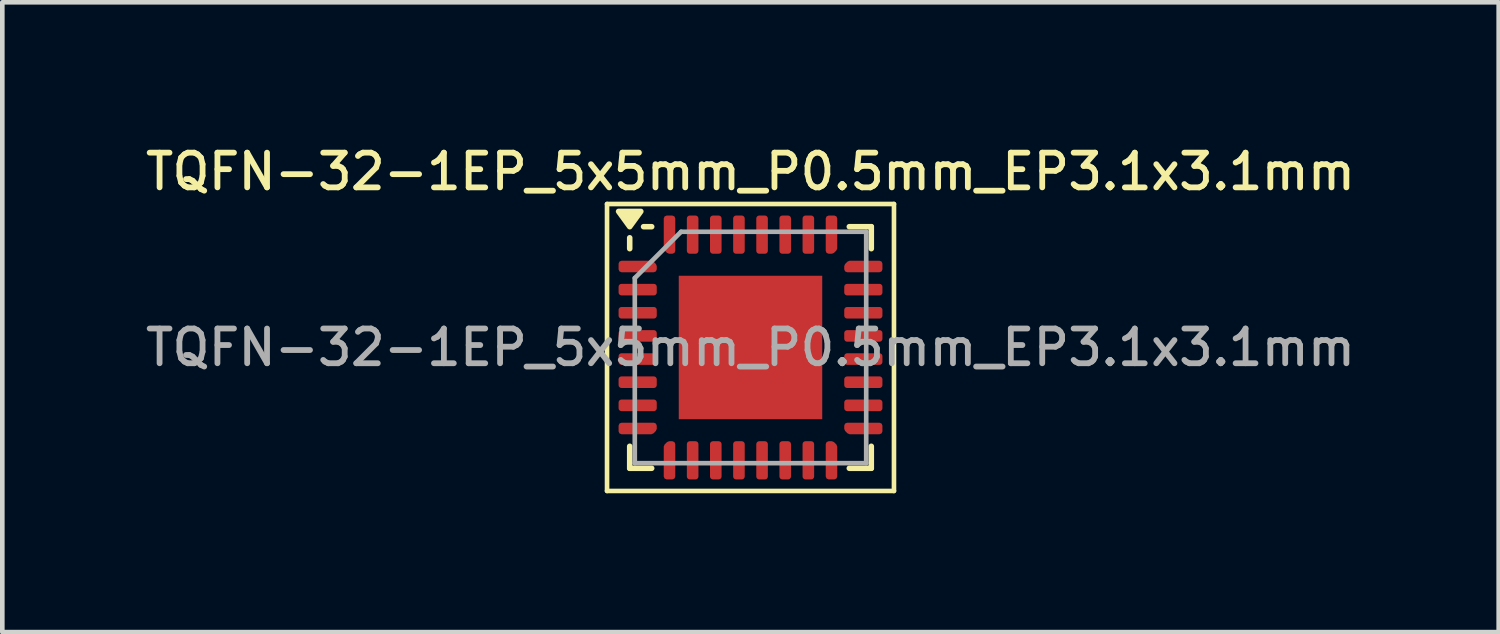
<source format=kicad_pcb>
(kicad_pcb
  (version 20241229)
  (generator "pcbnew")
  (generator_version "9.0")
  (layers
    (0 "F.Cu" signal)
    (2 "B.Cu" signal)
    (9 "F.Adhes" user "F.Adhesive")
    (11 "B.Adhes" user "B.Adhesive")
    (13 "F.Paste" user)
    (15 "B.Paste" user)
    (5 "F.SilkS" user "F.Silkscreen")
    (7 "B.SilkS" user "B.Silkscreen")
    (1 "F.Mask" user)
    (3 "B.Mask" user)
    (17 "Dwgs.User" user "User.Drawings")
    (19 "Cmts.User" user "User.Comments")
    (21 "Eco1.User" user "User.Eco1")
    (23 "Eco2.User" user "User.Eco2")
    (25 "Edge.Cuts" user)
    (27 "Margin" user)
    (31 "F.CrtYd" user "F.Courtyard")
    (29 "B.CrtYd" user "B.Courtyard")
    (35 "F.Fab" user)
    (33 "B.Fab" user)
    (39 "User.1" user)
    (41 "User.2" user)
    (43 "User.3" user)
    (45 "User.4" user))
  (footprint "TQFN-32-1EP_5x5mm_P0.5mm_EP3.1x3.1mm"
    (layer "F.Cu")
    (at 13.166 4.458)
    (property "Reference" "TQFN-32-1EP_5x5mm_P0.5mm_EP3.1x3.1mm" (at 0 -3.8 0) (layer "F.SilkS") (effects (font (size 0.75 0.75) (thickness 0.125))))
    (attr smd)
    (fp_line (start -3.1 -3.1) (end -3.1 3.1) (stroke (width 0.1) (type solid)) (layer "F.SilkS"))
    (fp_line (start -3.1 3.1) (end 3.1 3.1) (stroke (width 0.1) (type solid)) (layer "F.SilkS"))
    (fp_line (start -2.61 -2.135) (end -2.61 -2.37) (stroke (width 0.12) (type solid)) (layer "F.SilkS"))
    (fp_line (start -2.61 2.61) (end -2.61 2.135) (stroke (width 0.12) (type solid)) (layer "F.SilkS"))
    (fp_line (start -2.135 -2.61) (end -2.31 -2.61) (stroke (width 0.12) (type solid)) (layer "F.SilkS"))
    (fp_line (start -2.135 2.61) (end -2.61 2.61) (stroke (width 0.12) (type solid)) (layer "F.SilkS"))
    (fp_line (start 2.135 -2.61) (end 2.61 -2.61) (stroke (width 0.12) (type solid)) (layer "F.SilkS"))
    (fp_line (start 2.135 2.61) (end 2.61 2.61) (stroke (width 0.12) (type solid)) (layer "F.SilkS"))
    (fp_line (start 2.61 -2.61) (end 2.61 -2.135) (stroke (width 0.12) (type solid)) (layer "F.SilkS"))
    (fp_line (start 2.61 2.61) (end 2.61 2.135) (stroke (width 0.12) (type solid)) (layer "F.SilkS"))
    (fp_line (start 3.1 -3.1) (end -3.1 -3.1) (stroke (width 0.1) (type solid)) (layer "F.SilkS"))
    (fp_line (start 3.1 3.1) (end 3.1 -3.1) (stroke (width 0.1) (type solid)) (layer "F.SilkS"))
    (fp_poly (pts (xy -2.61 -2.61) (xy -2.85 -2.94) (xy -2.37 -2.94) (xy -2.61 -2.61)) (stroke (width 0.12) (type solid)) (fill yes) (layer "F.SilkS"))
    (fp_line (start -2.5 -1.5) (end -1.5 -2.5) (stroke (width 0.1) (type solid)) (layer "F.Fab"))
    (fp_line (start -2.5 2.5) (end -2.5 -1.5) (stroke (width 0.1) (type solid)) (layer "F.Fab"))
    (fp_line (start -1.5 -2.5) (end 2.5 -2.5) (stroke (width 0.1) (type solid)) (layer "F.Fab"))
    (fp_line (start 2.5 -2.5) (end 2.5 2.5) (stroke (width 0.1) (type solid)) (layer "F.Fab"))
    (fp_line (start 2.5 2.5) (end -2.5 2.5) (stroke (width 0.1) (type solid)) (layer "F.Fab"))
    (fp_text user "${REFERENCE}" (at 0 0 0) (layer "F.Fab") (effects (font (size 0.75 0.75) (thickness 0.125))))
    (pad "" smd roundrect (at -0.775 -0.775) (size 1.25 1.25) (layers "F.Paste") (roundrect_rratio 0.2))
    (pad "" smd roundrect (at -0.775 0.775) (size 1.25 1.25) (layers "F.Paste") (roundrect_rratio 0.2))
    (pad "" smd roundrect (at 0.775 -0.775) (size 1.25 1.25) (layers "F.Paste") (roundrect_rratio 0.2))
    (pad "" smd roundrect (at 0.775 0.775) (size 1.25 1.25) (layers "F.Paste") (roundrect_rratio 0.2))
    (pad "1" smd custom (at -2.438 -1.75) (size 0.186 0.186) (layers "F.Cu" "F.Mask" "F.Paste") (options (anchor circle)) (primitives (gr_poly (pts (xy -0.35 -0.062) (xy 0.297 -0.062) (xy 0.35 -0.009) (xy 0.35 0.062) (xy -0.35 0.062)) (width 0.125) (fill yes))))
    (pad "2" smd roundrect (at -2.438 -1.25) (size 0.825 0.25) (layers "F.Cu" "F.Mask" "F.Paste") (roundrect_rratio 0.25))
    (pad "3" smd roundrect (at -2.438 -0.75) (size 0.825 0.25) (layers "F.Cu" "F.Mask" "F.Paste") (roundrect_rratio 0.25))
    (pad "4" smd roundrect (at -2.438 -0.25) (size 0.825 0.25) (layers "F.Cu" "F.Mask" "F.Paste") (roundrect_rratio 0.25))
    (pad "5" smd roundrect (at -2.438 0.25) (size 0.825 0.25) (layers "F.Cu" "F.Mask" "F.Paste") (roundrect_rratio 0.25))
    (pad "6" smd roundrect (at -2.438 0.75) (size 0.825 0.25) (layers "F.Cu" "F.Mask" "F.Paste") (roundrect_rratio 0.25))
    (pad "7" smd roundrect (at -2.438 1.25) (size 0.825 0.25) (layers "F.Cu" "F.Mask" "F.Paste") (roundrect_rratio 0.25))
    (pad "8" smd custom (at -2.438 1.75) (size 0.186 0.186) (layers "F.Cu" "F.Mask" "F.Paste") (options (anchor circle)) (primitives (gr_poly (pts (xy -0.35 -0.062) (xy 0.35 -0.062) (xy 0.35 0.009) (xy 0.297 0.062) (xy -0.35 0.062)) (width 0.125) (fill yes))))
    (pad "9" smd custom (at -1.75 2.438) (size 0.186 0.186) (layers "F.Cu" "F.Mask" "F.Paste") (options (anchor circle)) (primitives (gr_poly (pts (xy -0.062 -0.297) (xy -0.009 -0.35) (xy 0.062 -0.35) (xy 0.062 0.35) (xy -0.062 0.35)) (width 0.125) (fill yes))))
    (pad "10" smd roundrect (at -1.25 2.438) (size 0.25 0.825) (layers "F.Cu" "F.Mask" "F.Paste") (roundrect_rratio 0.25))
    (pad "11" smd roundrect (at -0.75 2.438) (size 0.25 0.825) (layers "F.Cu" "F.Mask" "F.Paste") (roundrect_rratio 0.25))
    (pad "12" smd roundrect (at -0.25 2.438) (size 0.25 0.825) (layers "F.Cu" "F.Mask" "F.Paste") (roundrect_rratio 0.25))
    (pad "13" smd roundrect (at 0.25 2.438) (size 0.25 0.825) (layers "F.Cu" "F.Mask" "F.Paste") (roundrect_rratio 0.25))
    (pad "14" smd roundrect (at 0.75 2.438) (size 0.25 0.825) (layers "F.Cu" "F.Mask" "F.Paste") (roundrect_rratio 0.25))
    (pad "15" smd roundrect (at 1.25 2.438) (size 0.25 0.825) (layers "F.Cu" "F.Mask" "F.Paste") (roundrect_rratio 0.25))
    (pad "16" smd custom (at 1.75 2.438) (size 0.186 0.186) (layers "F.Cu" "F.Mask" "F.Paste") (options (anchor circle)) (primitives (gr_poly (pts (xy -0.062 -0.35) (xy 0.009 -0.35) (xy 0.062 -0.297) (xy 0.062 0.35) (xy -0.062 0.35)) (width 0.125) (fill yes))))
    (pad "17" smd custom (at 2.438 1.75) (size 0.186 0.186) (layers "F.Cu" "F.Mask" "F.Paste") (options (anchor circle)) (primitives (gr_poly (pts (xy -0.35 -0.062) (xy 0.35 -0.062) (xy 0.35 0.062) (xy -0.297 0.062) (xy -0.35 0.009)) (width 0.125) (fill yes))))
    (pad "18" smd roundrect (at 2.438 1.25) (size 0.825 0.25) (layers "F.Cu" "F.Mask" "F.Paste") (roundrect_rratio 0.25))
    (pad "19" smd roundrect (at 2.438 0.75) (size 0.825 0.25) (layers "F.Cu" "F.Mask" "F.Paste") (roundrect_rratio 0.25))
    (pad "20" smd roundrect (at 2.438 0.25) (size 0.825 0.25) (layers "F.Cu" "F.Mask" "F.Paste") (roundrect_rratio 0.25))
    (pad "21" smd roundrect (at 2.438 -0.25) (size 0.825 0.25) (layers "F.Cu" "F.Mask" "F.Paste") (roundrect_rratio 0.25))
    (pad "22" smd roundrect (at 2.438 -0.75) (size 0.825 0.25) (layers "F.Cu" "F.Mask" "F.Paste") (roundrect_rratio 0.25))
    (pad "23" smd roundrect (at 2.438 -1.25) (size 0.825 0.25) (layers "F.Cu" "F.Mask" "F.Paste") (roundrect_rratio 0.25))
    (pad "24" smd custom (at 2.438 -1.75) (size 0.186 0.186) (layers "F.Cu" "F.Mask" "F.Paste") (options (anchor circle)) (primitives (gr_poly (pts (xy -0.35 -0.009) (xy -0.297 -0.062) (xy 0.35 -0.062) (xy 0.35 0.062) (xy -0.35 0.062)) (width 0.125) (fill yes))))
    (pad "25" smd custom (at 1.75 -2.438) (size 0.186 0.186) (layers "F.Cu" "F.Mask" "F.Paste") (options (anchor circle)) (primitives (gr_poly (pts (xy -0.062 -0.35) (xy 0.062 -0.35) (xy 0.062 0.297) (xy 0.009 0.35) (xy -0.062 0.35)) (width 0.125) (fill yes))))
    (pad "26" smd roundrect (at 1.25 -2.438) (size 0.25 0.825) (layers "F.Cu" "F.Mask" "F.Paste") (roundrect_rratio 0.25))
    (pad "27" smd roundrect (at 0.75 -2.438) (size 0.25 0.825) (layers "F.Cu" "F.Mask" "F.Paste") (roundrect_rratio 0.25))
    (pad "28" smd roundrect (at 0.25 -2.438) (size 0.25 0.825) (layers "F.Cu" "F.Mask" "F.Paste") (roundrect_rratio 0.25))
    (pad "29" smd roundrect (at -0.25 -2.438) (size 0.25 0.825) (layers "F.Cu" "F.Mask" "F.Paste") (roundrect_rratio 0.25))
    (pad "30" smd roundrect (at -0.75 -2.438) (size 0.25 0.825) (layers "F.Cu" "F.Mask" "F.Paste") (roundrect_rratio 0.25))
    (pad "31" smd roundrect (at -1.25 -2.438) (size 0.25 0.825) (layers "F.Cu" "F.Mask" "F.Paste") (roundrect_rratio 0.25))
    (pad "32" smd custom (at -1.75 -2.438) (size 0.186 0.186) (layers "F.Cu" "F.Mask" "F.Paste") (options (anchor circle)) (primitives (gr_poly (pts (xy -0.062 -0.35) (xy 0.062 -0.35) (xy 0.062 0.35) (xy -0.009 0.35) (xy -0.062 0.297)) (width 0.125) (fill yes))))
    (pad "33" smd rect (at 0 0) (size 3.1 3.1) (property pad_prop_heatsink) (layers "F.Cu" "F.Mask")))
  (gr_rect
    (start -3 -3)
    (end 29.332 10.608)
    (stroke (width 0.1) (type default))
    (fill no)
    (layer "Edge.Cuts")))
</source>
